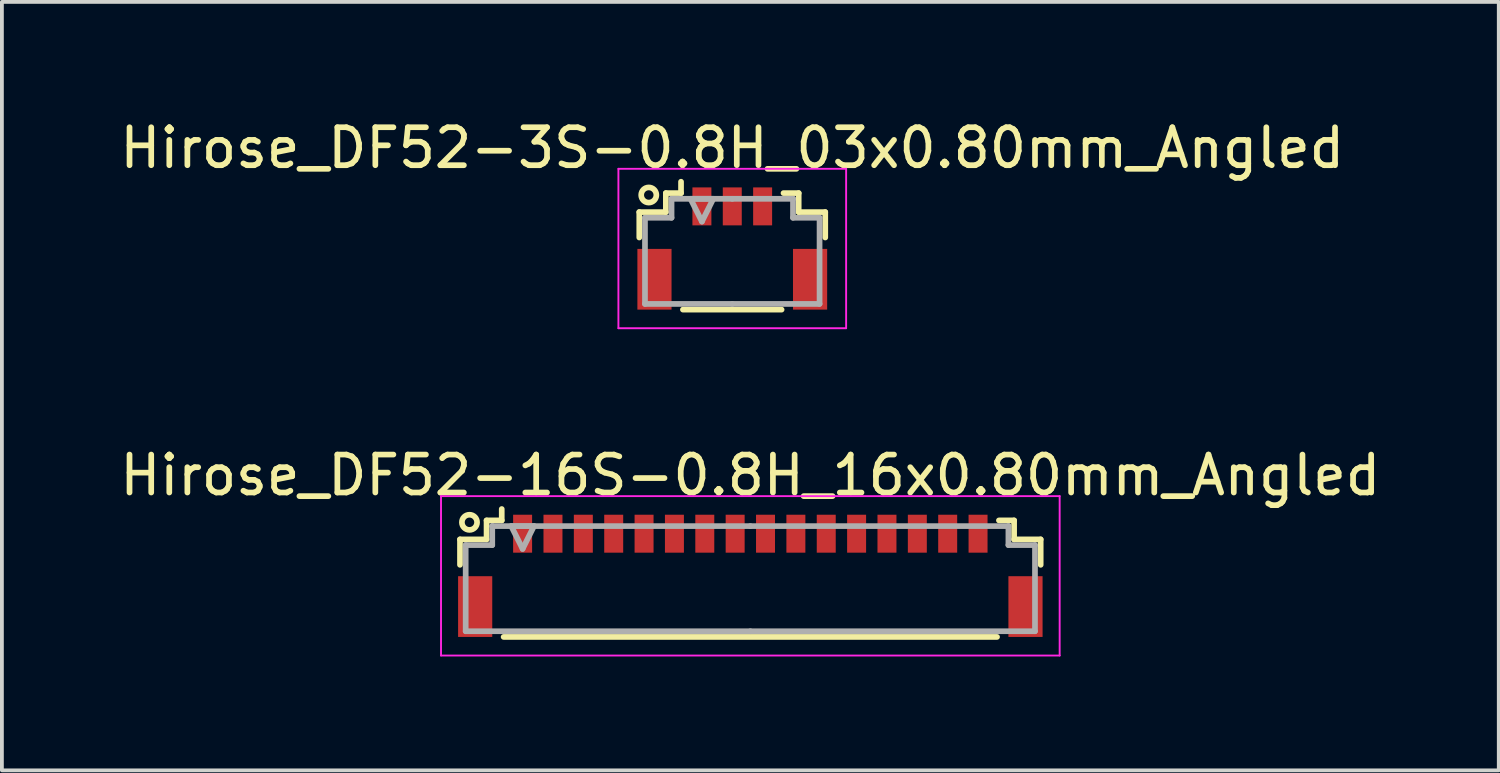
<source format=kicad_pcb>
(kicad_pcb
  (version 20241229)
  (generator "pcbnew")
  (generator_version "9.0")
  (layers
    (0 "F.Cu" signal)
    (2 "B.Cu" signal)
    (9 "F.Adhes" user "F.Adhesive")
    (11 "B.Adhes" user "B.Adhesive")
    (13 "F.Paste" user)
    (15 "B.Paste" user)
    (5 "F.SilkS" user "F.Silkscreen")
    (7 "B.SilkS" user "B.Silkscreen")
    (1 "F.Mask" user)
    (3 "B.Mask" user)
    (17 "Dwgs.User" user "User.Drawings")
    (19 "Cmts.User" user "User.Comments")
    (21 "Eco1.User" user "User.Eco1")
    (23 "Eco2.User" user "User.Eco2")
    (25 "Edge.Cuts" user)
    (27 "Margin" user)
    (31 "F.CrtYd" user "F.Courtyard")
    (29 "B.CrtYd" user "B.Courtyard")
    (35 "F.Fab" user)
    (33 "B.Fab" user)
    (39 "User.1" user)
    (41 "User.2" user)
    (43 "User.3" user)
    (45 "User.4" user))
  (footprint "Hirose_DF52-3S-0.8H_03x0.80mm_Angled"
    (layer "F.Cu")
    (at 16.244 3.348)
    (property "Reference" "Hirose_DF52-3S-0.8H_03x0.80mm_Angled" (at 0 -2.5 0) (layer "F.SilkS") (effects (font (size 1 1) (thickness 0.15))))
    (attr smd)
    (fp_line (start -2.45 -0.81) (end -2.45 -0.14) (stroke (width 0.15) (type solid)) (layer "F.SilkS"))
    (fp_line (start -1.75 -1.31) (end -1.75 -0.81) (stroke (width 0.15) (type solid)) (layer "F.SilkS"))
    (fp_line (start -1.75 -0.81) (end -2.45 -0.81) (stroke (width 0.15) (type solid)) (layer "F.SilkS"))
    (fp_line (start -1.35 -1.61) (end -1.35 -1.31) (stroke (width 0.15) (type solid)) (layer "F.SilkS"))
    (fp_line (start -1.35 -1.31) (end -1.75 -1.31) (stroke (width 0.15) (type solid)) (layer "F.SilkS"))
    (fp_line (start -1.3 1.76) (end 1.3 1.76) (stroke (width 0.15) (type solid)) (layer "F.SilkS"))
    (fp_line (start 1.35 -1.31) (end 1.75 -1.31) (stroke (width 0.15) (type solid)) (layer "F.SilkS"))
    (fp_line (start 1.75 -1.31) (end 1.75 -0.81) (stroke (width 0.15) (type solid)) (layer "F.SilkS"))
    (fp_line (start 1.75 -0.81) (end 2.45 -0.81) (stroke (width 0.15) (type solid)) (layer "F.SilkS"))
    (fp_line (start 2.45 -0.81) (end 2.45 -0.14) (stroke (width 0.15) (type solid)) (layer "F.SilkS"))
    (fp_circle (center -2.2 -1.26) (end -2 -1.26) (stroke (width 0.15) (type solid)) (fill no) (layer "F.SilkS"))
    (fp_line (start -3 -1.95) (end -3 2.25) (stroke (width 0.05) (type solid)) (layer "F.CrtYd"))
    (fp_line (start -3 2.25) (end 3 2.25) (stroke (width 0.05) (type solid)) (layer "F.CrtYd"))
    (fp_line (start 3 -1.95) (end -3 -1.95) (stroke (width 0.05) (type solid)) (layer "F.CrtYd"))
    (fp_line (start 3 2.25) (end 3 -1.95) (stroke (width 0.05) (type solid)) (layer "F.CrtYd"))
    (fp_line (start -2.3 -0.66) (end -2.3 1.61) (stroke (width 0.15) (type solid)) (layer "F.Fab"))
    (fp_line (start -2.3 1.61) (end 0 1.61) (stroke (width 0.15) (type solid)) (layer "F.Fab"))
    (fp_line (start -1.6 -1.16) (end -1.6 -1.16) (stroke (width 0.15) (type solid)) (layer "F.Fab"))
    (fp_line (start -1.6 -1.16) (end -1.6 -0.66) (stroke (width 0.15) (type solid)) (layer "F.Fab"))
    (fp_line (start -1.6 -0.66) (end -2.3 -0.66) (stroke (width 0.15) (type solid)) (layer "F.Fab"))
    (fp_line (start -1.1 -1.16) (end -0.5 -1.16) (stroke (width 0.15) (type solid)) (layer "F.Fab"))
    (fp_line (start -0.8 -0.56) (end -1.1 -1.16) (stroke (width 0.15) (type solid)) (layer "F.Fab"))
    (fp_line (start -0.5 -1.16) (end -0.8 -0.56) (stroke (width 0.15) (type solid)) (layer "F.Fab"))
    (fp_line (start 0 -1.16) (end -1.6 -1.16) (stroke (width 0.15) (type solid)) (layer "F.Fab"))
    (fp_line (start 0 -1.16) (end 1.6 -1.16) (stroke (width 0.15) (type solid)) (layer "F.Fab"))
    (fp_line (start 1.6 -1.16) (end 1.6 -1.16) (stroke (width 0.15) (type solid)) (layer "F.Fab"))
    (fp_line (start 1.6 -1.16) (end 1.6 -0.66) (stroke (width 0.15) (type solid)) (layer "F.Fab"))
    (fp_line (start 1.6 -0.66) (end 2.3 -0.66) (stroke (width 0.15) (type solid)) (layer "F.Fab"))
    (fp_line (start 2.3 -0.66) (end 2.3 1.61) (stroke (width 0.15) (type solid)) (layer "F.Fab"))
    (fp_line (start 2.3 1.61) (end 0 1.61) (stroke (width 0.15) (type solid)) (layer "F.Fab"))
    (pad "" smd rect (at -2.05 0.96) (size 0.9 1.6) (layers "F.Cu" "F.Mask" "F.Paste"))
    (pad "" smd rect (at 2.05 0.96) (size 0.9 1.6) (layers "F.Cu" "F.Mask" "F.Paste"))
    (pad "1" smd rect (at -0.8 -0.96) (size 0.5 1) (layers "F.Cu" "F.Mask" "F.Paste"))
    (pad "2" smd rect (at 0 -0.96) (size 0.5 1) (layers "F.Cu" "F.Mask" "F.Paste"))
    (pad "3" smd rect (at 0.8 -0.96) (size 0.5 1) (layers "F.Cu" "F.Mask" "F.Paste")))
  (footprint "Hirose_DF52-16S-0.8H_16x0.80mm_Angled"
    (layer "F.Cu")
    (at 16.72 11.972)
    (property "Reference" "Hirose_DF52-16S-0.8H_16x0.80mm_Angled" (at 0 -2.5 0) (layer "F.SilkS") (effects (font (size 1 1) (thickness 0.15))))
    (attr smd)
    (fp_line (start -7.65 -0.81) (end -7.65 -0.14) (stroke (width 0.15) (type solid)) (layer "F.SilkS"))
    (fp_line (start -6.95 -1.31) (end -6.95 -0.81) (stroke (width 0.15) (type solid)) (layer "F.SilkS"))
    (fp_line (start -6.95 -0.81) (end -7.65 -0.81) (stroke (width 0.15) (type solid)) (layer "F.SilkS"))
    (fp_line (start -6.55 -1.61) (end -6.55 -1.31) (stroke (width 0.15) (type solid)) (layer "F.SilkS"))
    (fp_line (start -6.55 -1.31) (end -6.95 -1.31) (stroke (width 0.15) (type solid)) (layer "F.SilkS"))
    (fp_line (start -6.5 1.76) (end 6.5 1.76) (stroke (width 0.15) (type solid)) (layer "F.SilkS"))
    (fp_line (start 6.55 -1.31) (end 6.95 -1.31) (stroke (width 0.15) (type solid)) (layer "F.SilkS"))
    (fp_line (start 6.95 -1.31) (end 6.95 -0.81) (stroke (width 0.15) (type solid)) (layer "F.SilkS"))
    (fp_line (start 6.95 -0.81) (end 7.65 -0.81) (stroke (width 0.15) (type solid)) (layer "F.SilkS"))
    (fp_line (start 7.65 -0.81) (end 7.65 -0.14) (stroke (width 0.15) (type solid)) (layer "F.SilkS"))
    (fp_circle (center -7.4 -1.26) (end -7.2 -1.26) (stroke (width 0.15) (type solid)) (fill no) (layer "F.SilkS"))
    (fp_line (start -8.15 -1.95) (end -8.15 2.25) (stroke (width 0.05) (type solid)) (layer "F.CrtYd"))
    (fp_line (start -8.15 2.25) (end 8.15 2.25) (stroke (width 0.05) (type solid)) (layer "F.CrtYd"))
    (fp_line (start 8.15 -1.95) (end -8.15 -1.95) (stroke (width 0.05) (type solid)) (layer "F.CrtYd"))
    (fp_line (start 8.15 2.25) (end 8.15 -1.95) (stroke (width 0.05) (type solid)) (layer "F.CrtYd"))
    (fp_line (start -7.5 -0.66) (end -7.5 1.61) (stroke (width 0.15) (type solid)) (layer "F.Fab"))
    (fp_line (start -7.5 1.61) (end 0 1.61) (stroke (width 0.15) (type solid)) (layer "F.Fab"))
    (fp_line (start -6.8 -1.16) (end -6.8 -1.16) (stroke (width 0.15) (type solid)) (layer "F.Fab"))
    (fp_line (start -6.8 -1.16) (end -6.8 -0.66) (stroke (width 0.15) (type solid)) (layer "F.Fab"))
    (fp_line (start -6.8 -0.66) (end -7.5 -0.66) (stroke (width 0.15) (type solid)) (layer "F.Fab"))
    (fp_line (start -6.3 -1.16) (end -5.7 -1.16) (stroke (width 0.15) (type solid)) (layer "F.Fab"))
    (fp_line (start -6 -0.56) (end -6.3 -1.16) (stroke (width 0.15) (type solid)) (layer "F.Fab"))
    (fp_line (start -5.7 -1.16) (end -6 -0.56) (stroke (width 0.15) (type solid)) (layer "F.Fab"))
    (fp_line (start 0 -1.16) (end -6.8 -1.16) (stroke (width 0.15) (type solid)) (layer "F.Fab"))
    (fp_line (start 0 -1.16) (end 6.8 -1.16) (stroke (width 0.15) (type solid)) (layer "F.Fab"))
    (fp_line (start 6.8 -1.16) (end 6.8 -1.16) (stroke (width 0.15) (type solid)) (layer "F.Fab"))
    (fp_line (start 6.8 -1.16) (end 6.8 -0.66) (stroke (width 0.15) (type solid)) (layer "F.Fab"))
    (fp_line (start 6.8 -0.66) (end 7.5 -0.66) (stroke (width 0.15) (type solid)) (layer "F.Fab"))
    (fp_line (start 7.5 -0.66) (end 7.5 1.61) (stroke (width 0.15) (type solid)) (layer "F.Fab"))
    (fp_line (start 7.5 1.61) (end 0 1.61) (stroke (width 0.15) (type solid)) (layer "F.Fab"))
    (pad "" smd rect (at -7.25 0.96) (size 0.9 1.6) (layers "F.Cu" "F.Mask" "F.Paste"))
    (pad "" smd rect (at 7.25 0.96) (size 0.9 1.6) (layers "F.Cu" "F.Mask" "F.Paste"))
    (pad "1" smd rect (at -6 -0.96) (size 0.5 1) (layers "F.Cu" "F.Mask" "F.Paste"))
    (pad "2" smd rect (at -5.2 -0.96) (size 0.5 1) (layers "F.Cu" "F.Mask" "F.Paste"))
    (pad "3" smd rect (at -4.4 -0.96) (size 0.5 1) (layers "F.Cu" "F.Mask" "F.Paste"))
    (pad "4" smd rect (at -3.6 -0.96) (size 0.5 1) (layers "F.Cu" "F.Mask" "F.Paste"))
    (pad "5" smd rect (at -2.8 -0.96) (size 0.5 1) (layers "F.Cu" "F.Mask" "F.Paste"))
    (pad "6" smd rect (at -2 -0.96) (size 0.5 1) (layers "F.Cu" "F.Mask" "F.Paste"))
    (pad "7" smd rect (at -1.2 -0.96) (size 0.5 1) (layers "F.Cu" "F.Mask" "F.Paste"))
    (pad "8" smd rect (at -0.4 -0.96) (size 0.5 1) (layers "F.Cu" "F.Mask" "F.Paste"))
    (pad "9" smd rect (at 0.4 -0.96) (size 0.5 1) (layers "F.Cu" "F.Mask" "F.Paste"))
    (pad "10" smd rect (at 1.2 -0.96) (size 0.5 1) (layers "F.Cu" "F.Mask" "F.Paste"))
    (pad "11" smd rect (at 2 -0.96) (size 0.5 1) (layers "F.Cu" "F.Mask" "F.Paste"))
    (pad "12" smd rect (at 2.8 -0.96) (size 0.5 1) (layers "F.Cu" "F.Mask" "F.Paste"))
    (pad "13" smd rect (at 3.6 -0.96) (size 0.5 1) (layers "F.Cu" "F.Mask" "F.Paste"))
    (pad "14" smd rect (at 4.4 -0.96) (size 0.5 1) (layers "F.Cu" "F.Mask" "F.Paste"))
    (pad "15" smd rect (at 5.2 -0.96) (size 0.5 1) (layers "F.Cu" "F.Mask" "F.Paste"))
    (pad "16" smd rect (at 6 -0.96) (size 0.5 1) (layers "F.Cu" "F.Mask" "F.Paste")))
  (gr_rect
    (start -3 -3)
    (end 36.44 17.247)
    (stroke (width 0.1) (type default))
    (fill no)
    (layer "Edge.Cuts")))
</source>
